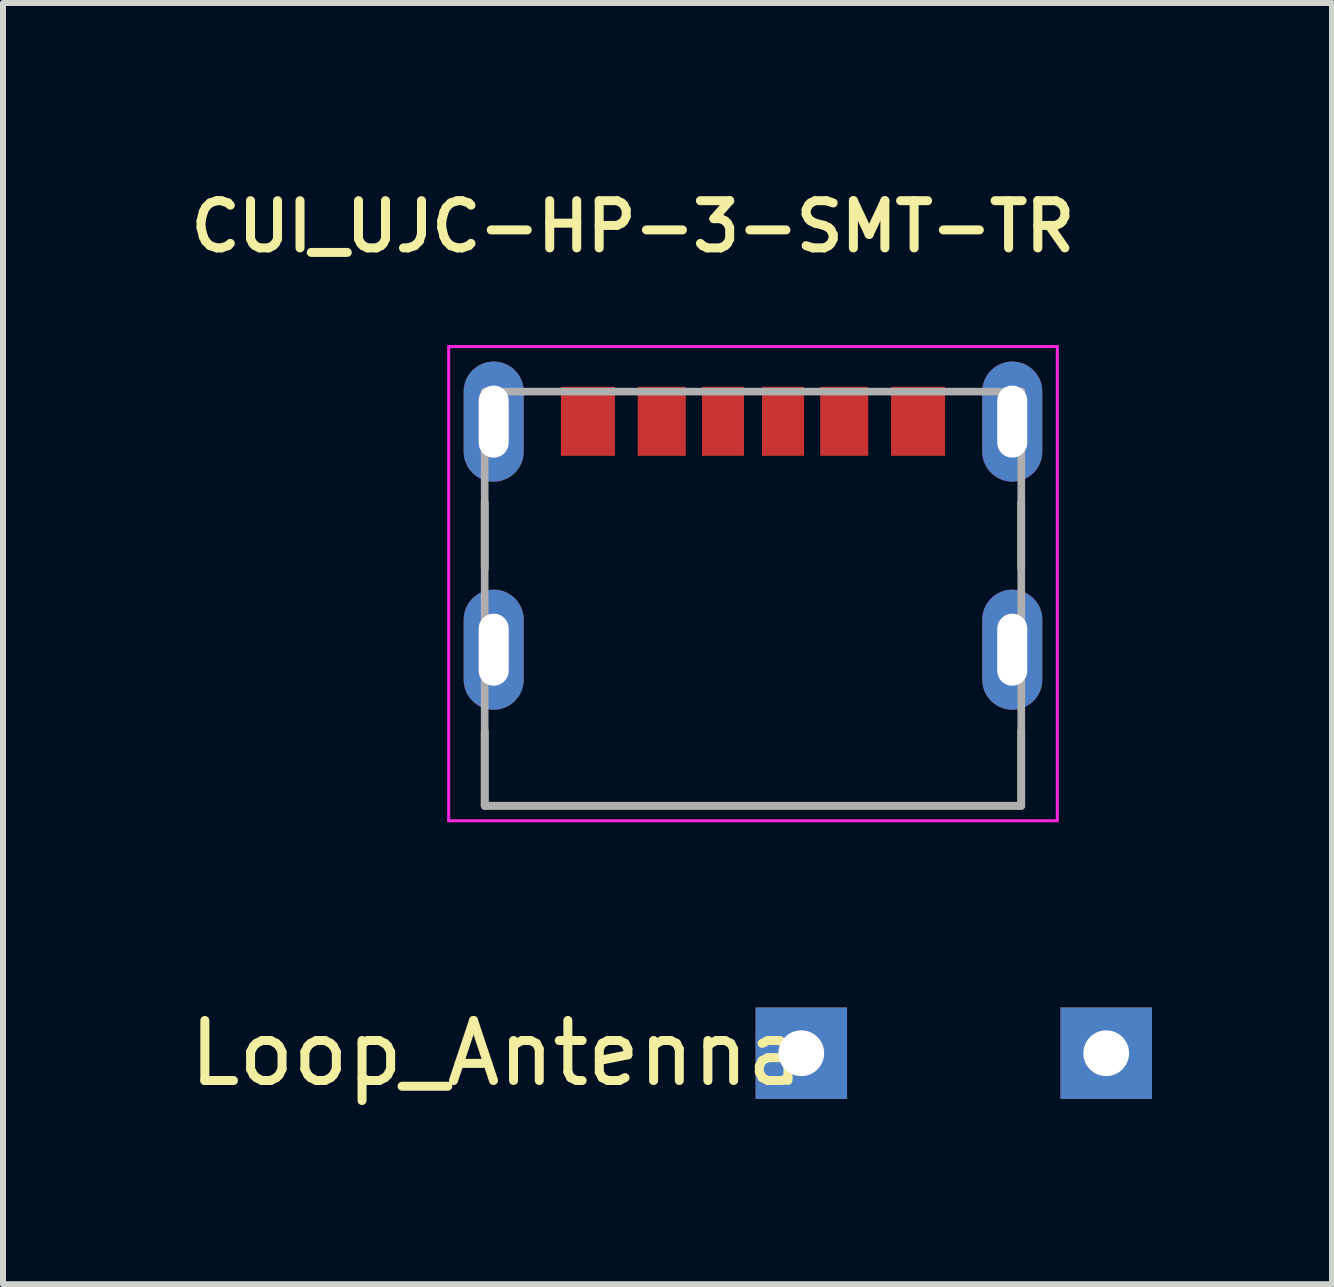
<source format=kicad_pcb>
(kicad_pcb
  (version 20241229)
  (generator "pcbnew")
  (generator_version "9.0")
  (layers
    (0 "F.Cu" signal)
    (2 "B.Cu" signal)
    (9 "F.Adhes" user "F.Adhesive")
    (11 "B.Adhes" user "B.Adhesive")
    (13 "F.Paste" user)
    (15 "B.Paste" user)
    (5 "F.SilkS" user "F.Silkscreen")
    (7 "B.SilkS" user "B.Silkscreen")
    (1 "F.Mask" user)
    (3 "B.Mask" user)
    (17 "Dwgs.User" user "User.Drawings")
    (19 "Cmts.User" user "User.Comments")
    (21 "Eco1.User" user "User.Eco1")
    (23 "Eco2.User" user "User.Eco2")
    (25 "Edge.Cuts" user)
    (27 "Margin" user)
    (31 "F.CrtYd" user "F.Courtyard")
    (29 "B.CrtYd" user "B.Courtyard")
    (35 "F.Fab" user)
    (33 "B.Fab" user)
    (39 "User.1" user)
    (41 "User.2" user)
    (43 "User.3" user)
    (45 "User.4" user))
  (footprint "CUI_UJC-HP-3-SMT-TR"
    (layer "F.Cu")
    (at 9.495 3.974)
    (property "Reference" "CUI_UJC-HP-3-SMT-TR" (at -2 -3.25 0) (layer "F.SilkS") (effects (font (size 0.787 0.787) (thickness 0.15))))
    (attr through_hole)
    (fp_line (start -4.47 2.45) (end -4.47 1.35) (stroke (width 0.127) (type solid)) (layer "F.SilkS"))
    (fp_line (start -4.47 6.4) (end -4.47 5.15) (stroke (width 0.127) (type solid)) (layer "F.SilkS"))
    (fp_line (start -4.47 6.4) (end 4.47 6.4) (stroke (width 0.127) (type solid)) (layer "F.SilkS"))
    (fp_line (start 4.47 2.45) (end 4.47 1.35) (stroke (width 0.127) (type solid)) (layer "F.SilkS"))
    (fp_line (start 4.47 6.4) (end 4.47 5.15) (stroke (width 0.127) (type solid)) (layer "F.SilkS"))
    (fp_line (start -5.07 -1.25) (end -5.07 6.65) (stroke (width 0.05) (type solid)) (layer "F.CrtYd"))
    (fp_line (start -5.07 6.65) (end 5.07 6.65) (stroke (width 0.05) (type solid)) (layer "F.CrtYd"))
    (fp_line (start 5.07 -1.25) (end -5.07 -1.25) (stroke (width 0.05) (type solid)) (layer "F.CrtYd"))
    (fp_line (start 5.07 6.65) (end 5.07 -1.25) (stroke (width 0.05) (type solid)) (layer "F.CrtYd"))
    (fp_line (start -4.47 -0.5) (end -4.47 6.4) (stroke (width 0.127) (type solid)) (layer "F.Fab"))
    (fp_line (start -4.47 6.4) (end 4.47 6.4) (stroke (width 0.127) (type solid)) (layer "F.Fab"))
    (fp_line (start 4.47 -0.5) (end -4.47 -0.5) (stroke (width 0.127) (type solid)) (layer "F.Fab"))
    (fp_line (start 4.47 6.4) (end 4.47 -0.5) (stroke (width 0.127) (type solid)) (layer "F.Fab"))
    (pad "A5" smd rect (at -0.5 -0.005 90) (size 1.15 0.7) (layers "F.Cu" "F.Mask" "F.Paste"))
    (pad "A9" smd rect (at 1.52 -0.005 90) (size 1.15 0.8) (layers "F.Cu" "F.Mask" "F.Paste"))
    (pad "A12" smd rect (at 2.75 -0.005 90) (size 1.15 0.9) (layers "F.Cu" "F.Mask" "F.Paste"))
    (pad "B5" smd rect (at 0.5 -0.005 90) (size 1.15 0.7) (layers "F.Cu" "F.Mask" "F.Paste"))
    (pad "B9" smd rect (at -1.52 -0.005 90) (size 1.15 0.8) (layers "F.Cu" "F.Mask" "F.Paste"))
    (pad "B12" smd rect (at -2.75 -0.005 90) (size 1.15 0.9) (layers "F.Cu" "F.Mask" "F.Paste"))
    (pad "S1" thru_hole oval (at -4.32 0) (size 1 2) (drill oval 0.5 1.2) (layers "*.Cu" "*.Mask"))
    (pad "S2" thru_hole oval (at 4.32 0) (size 1 2) (drill oval 0.5 1.2) (layers "*.Cu" "*.Mask"))
    (pad "S3" thru_hole oval (at -4.32 3.8) (size 1 2) (drill oval 0.5 1.2) (layers "*.Cu" "*.Mask"))
    (pad "S4" thru_hole oval (at 4.32 3.8) (size 1 2) (drill oval 0.5 1.2) (layers "*.Cu" "*.Mask")))
  (footprint "Loop_Antenna"
    (layer "F.Cu")
    (at 12.84 14.497)
    (property "Reference" "Loop_Antenna" (at -7.62 0 0) (layer "F.SilkS") (effects (font (size 1 1) (thickness 0.15))))
    (attr through_hole)
    (pad "1" thru_hole rect (at -2.54 0) (size 1.524 1.524) (drill 0.762) (layers "*.Cu" "*.Mask"))
    (pad "2" thru_hole rect (at 2.54 0) (size 1.524 1.524) (drill 0.762) (layers "*.Cu" "*.Mask")))
  (gr_rect
    (start -3 -3)
    (end 19.142 18.345)
    (stroke (width 0.1) (type default))
    (fill no)
    (layer "Edge.Cuts")))
</source>
